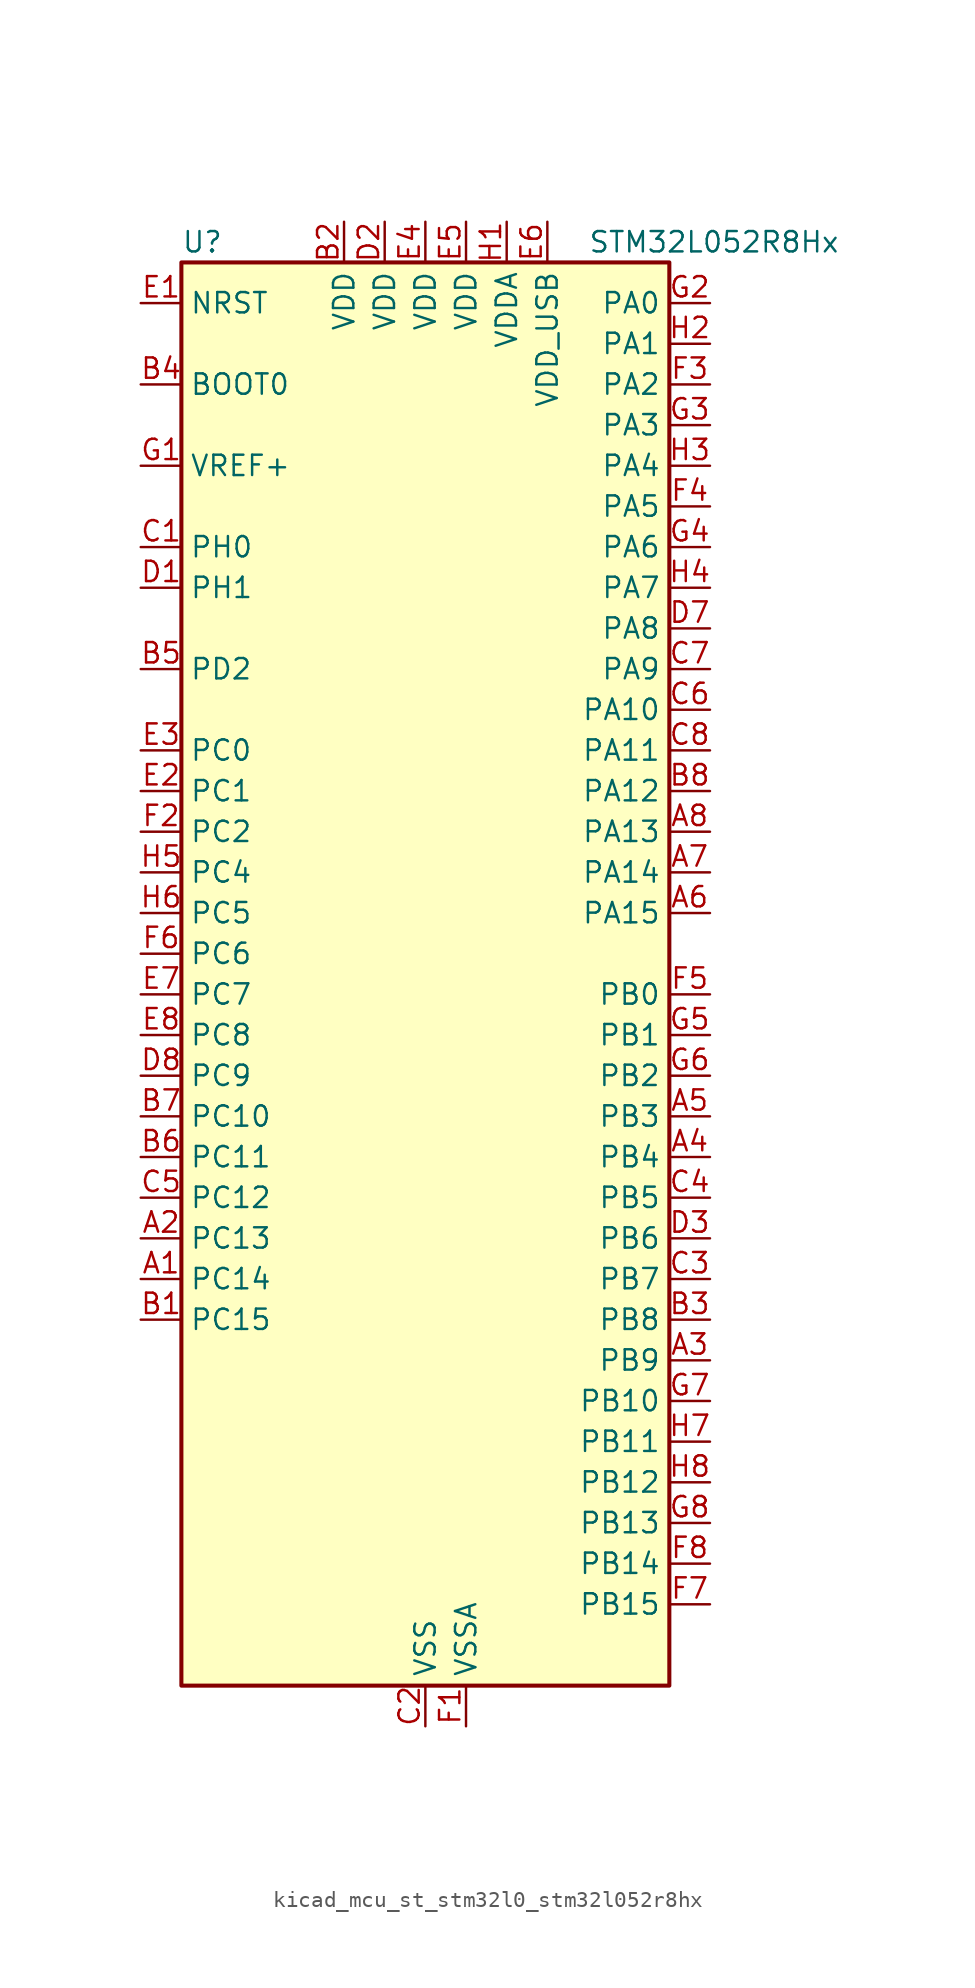
<source format=kicad_sym>
(kicad_symbol_lib
  (version 20220914)
  (generator kicad_symbol_editor)
  (symbol "kicad_mcu_st_stm32l0_stm32l052r8hx"
    (property "Reference" "U"
      (at -15.24 46.99 0)
      (effects (font (size 1.27 1.27)) (justify left)))
    (property "Value" "STM32L052R8Hx"
      (at 10.16 46.99 0)
      (effects (font (size 1.27 1.27)) (justify left)))
    (property "ki_locked" ""
      (at 0 0 0)
      (effects (font (size 1.27 1.27))))
    (symbol "kicad_mcu_st_stm32l0_stm32l052r8hx_0_1"
      (rectangle (start -15.24 -43.18) (end 15.24 45.72) (stroke (width 0.254) (type default)) (fill (type background))))
    (symbol "kicad_mcu_st_stm32l0_stm32l052r8hx_1_1"
      (pin bidirectional line (at -17.78 -17.78 0) (length 2.54) (name "PC14" (effects (font (size 1.27 1.27)))) (number "A1" (effects (font (size 1.27 1.27)))) (alternate "RCC_OSC32_IN" bidirectional line))
      (pin bidirectional line (at -17.78 -15.24 0) (length 2.54) (name "PC13" (effects (font (size 1.27 1.27)))) (number "A2" (effects (font (size 1.27 1.27)))) (alternate "RTC_OUT_ALARM" bidirectional line) (alternate "RTC_OUT_CALIB" bidirectional line) (alternate "RTC_TAMP1" bidirectional line) (alternate "RTC_TS" bidirectional line) (alternate "SYS_WKUP2" bidirectional line))
      (pin bidirectional line (at 17.78 -22.86 180) (length 2.54) (name "PB9" (effects (font (size 1.27 1.27)))) (number "A3" (effects (font (size 1.27 1.27)))) (alternate "DAC_EXTI9" bidirectional line) (alternate "I2C1_SDA" bidirectional line) (alternate "I2S2_WS" bidirectional line) (alternate "SPI2_NSS" bidirectional line))
      (pin bidirectional line (at 17.78 -10.16 180) (length 2.54) (name "PB4" (effects (font (size 1.27 1.27)))) (number "A4" (effects (font (size 1.27 1.27)))) (alternate "COMP2_INP" bidirectional line) (alternate "SPI1_MISO" bidirectional line) (alternate "TIM22_CH1" bidirectional line) (alternate "TSC_G5_IO2" bidirectional line))
      (pin bidirectional line (at 17.78 -7.62 180) (length 2.54) (name "PB3" (effects (font (size 1.27 1.27)))) (number "A5" (effects (font (size 1.27 1.27)))) (alternate "COMP2_INM" bidirectional line) (alternate "SPI1_SCK" bidirectional line) (alternate "TIM2_CH2" bidirectional line) (alternate "TSC_G5_IO1" bidirectional line))
      (pin bidirectional line (at 17.78 5.08 180) (length 2.54) (name "PA15" (effects (font (size 1.27 1.27)))) (number "A6" (effects (font (size 1.27 1.27)))) (alternate "SPI1_NSS" bidirectional line) (alternate "TIM2_CH1" bidirectional line) (alternate "TIM2_ETR" bidirectional line) (alternate "USART2_RX" bidirectional line))
      (pin bidirectional line (at 17.78 7.62 180) (length 2.54) (name "PA14" (effects (font (size 1.27 1.27)))) (number "A7" (effects (font (size 1.27 1.27)))) (alternate "SYS_SWCLK" bidirectional line) (alternate "USART2_TX" bidirectional line))
      (pin bidirectional line (at 17.78 10.16 180) (length 2.54) (name "PA13" (effects (font (size 1.27 1.27)))) (number "A8" (effects (font (size 1.27 1.27)))) (alternate "SYS_SWDIO" bidirectional line) (alternate "USB_NOE" bidirectional line))
      (pin bidirectional line (at -17.78 -20.32 0) (length 2.54) (name "PC15" (effects (font (size 1.27 1.27)))) (number "B1" (effects (font (size 1.27 1.27)))) (alternate "RCC_OSC32_OUT" bidirectional line))
      (pin power_in line (at -5.08 48.26 270) (length 2.54) (name "VDD" (effects (font (size 1.27 1.27)))) (number "B2" (effects (font (size 1.27 1.27)))))
      (pin bidirectional line (at 17.78 -20.32 180) (length 2.54) (name "PB8" (effects (font (size 1.27 1.27)))) (number "B3" (effects (font (size 1.27 1.27)))) (alternate "I2C1_SCL" bidirectional line) (alternate "TSC_SYNC" bidirectional line))
      (pin input line (at -17.78 38.1 0) (length 2.54) (name "BOOT0" (effects (font (size 1.27 1.27)))) (number "B4" (effects (font (size 1.27 1.27)))))
      (pin bidirectional line (at -17.78 20.32 0) (length 2.54) (name "PD2" (effects (font (size 1.27 1.27)))) (number "B5" (effects (font (size 1.27 1.27)))) (alternate "LPUART1_DE" bidirectional line) (alternate "LPUART1_RTS" bidirectional line))
      (pin bidirectional line (at -17.78 -10.16 0) (length 2.54) (name "PC11" (effects (font (size 1.27 1.27)))) (number "B6" (effects (font (size 1.27 1.27)))) (alternate "ADC_EXTI11" bidirectional line) (alternate "LPUART1_RX" bidirectional line))
      (pin bidirectional line (at -17.78 -7.62 0) (length 2.54) (name "PC10" (effects (font (size 1.27 1.27)))) (number "B7" (effects (font (size 1.27 1.27)))) (alternate "LPUART1_TX" bidirectional line))
      (pin bidirectional line (at 17.78 12.7 180) (length 2.54) (name "PA12" (effects (font (size 1.27 1.27)))) (number "B8" (effects (font (size 1.27 1.27)))) (alternate "COMP2_OUT" bidirectional line) (alternate "SPI1_MOSI" bidirectional line) (alternate "TSC_G4_IO4" bidirectional line) (alternate "USART1_DE" bidirectional line) (alternate "USART1_RTS" bidirectional line) (alternate "USB_DP" bidirectional line))
      (pin bidirectional line (at -17.78 27.94 0) (length 2.54) (name "PH0" (effects (font (size 1.27 1.27)))) (number "C1" (effects (font (size 1.27 1.27)))) (alternate "CRS_SYNC" bidirectional line) (alternate "RCC_OSC_IN" bidirectional line))
      (pin power_in line (at 0 -45.72 90) (length 2.54) (name "VSS" (effects (font (size 1.27 1.27)))) (number "C2" (effects (font (size 1.27 1.27)))))
      (pin bidirectional line (at 17.78 -17.78 180) (length 2.54) (name "PB7" (effects (font (size 1.27 1.27)))) (number "C3" (effects (font (size 1.27 1.27)))) (alternate "COMP2_INP" bidirectional line) (alternate "I2C1_SDA" bidirectional line) (alternate "LPTIM1_IN2" bidirectional line) (alternate "SYS_PVD_IN" bidirectional line) (alternate "TSC_G5_IO4" bidirectional line) (alternate "USART1_RX" bidirectional line))
      (pin bidirectional line (at 17.78 -12.7 180) (length 2.54) (name "PB5" (effects (font (size 1.27 1.27)))) (number "C4" (effects (font (size 1.27 1.27)))) (alternate "COMP2_INP" bidirectional line) (alternate "I2C1_SMBA" bidirectional line) (alternate "LPTIM1_IN1" bidirectional line) (alternate "SPI1_MOSI" bidirectional line) (alternate "TIM22_CH2" bidirectional line))
      (pin bidirectional line (at -17.78 -12.7 0) (length 2.54) (name "PC12" (effects (font (size 1.27 1.27)))) (number "C5" (effects (font (size 1.27 1.27)))))
      (pin bidirectional line (at 17.78 17.78 180) (length 2.54) (name "PA10" (effects (font (size 1.27 1.27)))) (number "C6" (effects (font (size 1.27 1.27)))) (alternate "TSC_G4_IO2" bidirectional line) (alternate "USART1_RX" bidirectional line))
      (pin bidirectional line (at 17.78 20.32 180) (length 2.54) (name "PA9" (effects (font (size 1.27 1.27)))) (number "C7" (effects (font (size 1.27 1.27)))) (alternate "DAC_EXTI9" bidirectional line) (alternate "RCC_MCO" bidirectional line) (alternate "TSC_G4_IO1" bidirectional line) (alternate "USART1_TX" bidirectional line))
      (pin bidirectional line (at 17.78 15.24 180) (length 2.54) (name "PA11" (effects (font (size 1.27 1.27)))) (number "C8" (effects (font (size 1.27 1.27)))) (alternate "ADC_EXTI11" bidirectional line) (alternate "COMP1_OUT" bidirectional line) (alternate "SPI1_MISO" bidirectional line) (alternate "TSC_G4_IO3" bidirectional line) (alternate "USART1_CTS" bidirectional line) (alternate "USB_DM" bidirectional line))
      (pin bidirectional line (at -17.78 25.4 0) (length 2.54) (name "PH1" (effects (font (size 1.27 1.27)))) (number "D1" (effects (font (size 1.27 1.27)))) (alternate "RCC_OSC_OUT" bidirectional line))
      (pin power_in line (at -2.54 48.26 270) (length 2.54) (name "VDD" (effects (font (size 1.27 1.27)))) (number "D2" (effects (font (size 1.27 1.27)))))
      (pin bidirectional line (at 17.78 -15.24 180) (length 2.54) (name "PB6" (effects (font (size 1.27 1.27)))) (number "D3" (effects (font (size 1.27 1.27)))) (alternate "COMP2_INP" bidirectional line) (alternate "I2C1_SCL" bidirectional line) (alternate "LPTIM1_ETR" bidirectional line) (alternate "TSC_G5_IO3" bidirectional line) (alternate "USART1_TX" bidirectional line))
      (pin passive line (at 0 -45.72 90) (length 2.54) hide (name "VSS" (effects (font (size 1.27 1.27)))) (number "D4" (effects (font (size 1.27 1.27)))))
      (pin passive line (at 0 -45.72 90) (length 2.54) hide (name "VSS" (effects (font (size 1.27 1.27)))) (number "D5" (effects (font (size 1.27 1.27)))))
      (pin passive line (at 0 -45.72 90) (length 2.54) hide (name "VSS" (effects (font (size 1.27 1.27)))) (number "D6" (effects (font (size 1.27 1.27)))))
      (pin bidirectional line (at 17.78 22.86 180) (length 2.54) (name "PA8" (effects (font (size 1.27 1.27)))) (number "D7" (effects (font (size 1.27 1.27)))) (alternate "CRS_SYNC" bidirectional line) (alternate "RCC_MCO" bidirectional line) (alternate "USART1_CK" bidirectional line))
      (pin bidirectional line (at -17.78 -5.08 0) (length 2.54) (name "PC9" (effects (font (size 1.27 1.27)))) (number "D8" (effects (font (size 1.27 1.27)))) (alternate "DAC_EXTI9" bidirectional line) (alternate "TIM21_ETR" bidirectional line) (alternate "TSC_G8_IO4" bidirectional line) (alternate "USB_NOE" bidirectional line))
      (pin input line (at -17.78 43.18 0) (length 2.54) (name "NRST" (effects (font (size 1.27 1.27)))) (number "E1" (effects (font (size 1.27 1.27)))))
      (pin bidirectional line (at -17.78 12.7 0) (length 2.54) (name "PC1" (effects (font (size 1.27 1.27)))) (number "E2" (effects (font (size 1.27 1.27)))) (alternate "ADC_IN11" bidirectional line) (alternate "LPTIM1_OUT" bidirectional line) (alternate "TSC_G7_IO2" bidirectional line))
      (pin bidirectional line (at -17.78 15.24 0) (length 2.54) (name "PC0" (effects (font (size 1.27 1.27)))) (number "E3" (effects (font (size 1.27 1.27)))) (alternate "ADC_IN10" bidirectional line) (alternate "LPTIM1_IN1" bidirectional line) (alternate "TSC_G7_IO1" bidirectional line))
      (pin power_in line (at 0 48.26 270) (length 2.54) (name "VDD" (effects (font (size 1.27 1.27)))) (number "E4" (effects (font (size 1.27 1.27)))))
      (pin power_in line (at 2.54 48.26 270) (length 2.54) (name "VDD" (effects (font (size 1.27 1.27)))) (number "E5" (effects (font (size 1.27 1.27)))))
      (pin power_in line (at 7.62 48.26 270) (length 2.54) (name "VDD_USB" (effects (font (size 1.27 1.27)))) (number "E6" (effects (font (size 1.27 1.27)))))
      (pin bidirectional line (at -17.78 0 0) (length 2.54) (name "PC7" (effects (font (size 1.27 1.27)))) (number "E7" (effects (font (size 1.27 1.27)))) (alternate "TIM22_CH2" bidirectional line) (alternate "TSC_G8_IO2" bidirectional line))
      (pin bidirectional line (at -17.78 -2.54 0) (length 2.54) (name "PC8" (effects (font (size 1.27 1.27)))) (number "E8" (effects (font (size 1.27 1.27)))) (alternate "TIM22_ETR" bidirectional line) (alternate "TSC_G8_IO3" bidirectional line))
      (pin power_in line (at 2.54 -45.72 90) (length 2.54) (name "VSSA" (effects (font (size 1.27 1.27)))) (number "F1" (effects (font (size 1.27 1.27)))))
      (pin bidirectional line (at -17.78 10.16 0) (length 2.54) (name "PC2" (effects (font (size 1.27 1.27)))) (number "F2" (effects (font (size 1.27 1.27)))) (alternate "ADC_IN12" bidirectional line) (alternate "I2S2_MCK" bidirectional line) (alternate "LPTIM1_IN2" bidirectional line) (alternate "SPI2_MISO" bidirectional line) (alternate "TSC_G7_IO3" bidirectional line))
      (pin bidirectional line (at 17.78 38.1 180) (length 2.54) (name "PA2" (effects (font (size 1.27 1.27)))) (number "F3" (effects (font (size 1.27 1.27)))) (alternate "ADC_IN2" bidirectional line) (alternate "COMP2_INM" bidirectional line) (alternate "COMP2_OUT" bidirectional line) (alternate "TIM21_CH1" bidirectional line) (alternate "TIM2_CH3" bidirectional line) (alternate "TSC_G1_IO3" bidirectional line) (alternate "USART2_TX" bidirectional line))
      (pin bidirectional line (at 17.78 30.48 180) (length 2.54) (name "PA5" (effects (font (size 1.27 1.27)))) (number "F4" (effects (font (size 1.27 1.27)))) (alternate "ADC_IN5" bidirectional line) (alternate "COMP1_INM" bidirectional line) (alternate "COMP2_INM" bidirectional line) (alternate "SPI1_SCK" bidirectional line) (alternate "TIM2_CH1" bidirectional line) (alternate "TIM2_ETR" bidirectional line) (alternate "TSC_G2_IO2" bidirectional line))
      (pin bidirectional line (at 17.78 0 180) (length 2.54) (name "PB0" (effects (font (size 1.27 1.27)))) (number "F5" (effects (font (size 1.27 1.27)))) (alternate "ADC_IN8" bidirectional line) (alternate "SYS_VREF_OUT_PB0" bidirectional line) (alternate "TSC_G3_IO2" bidirectional line))
      (pin bidirectional line (at -17.78 2.54 0) (length 2.54) (name "PC6" (effects (font (size 1.27 1.27)))) (number "F6" (effects (font (size 1.27 1.27)))) (alternate "TIM22_CH1" bidirectional line) (alternate "TSC_G8_IO1" bidirectional line))
      (pin bidirectional line (at 17.78 -38.1 180) (length 2.54) (name "PB15" (effects (font (size 1.27 1.27)))) (number "F7" (effects (font (size 1.27 1.27)))) (alternate "I2S2_SD" bidirectional line) (alternate "RTC_REFIN" bidirectional line) (alternate "SPI2_MOSI" bidirectional line))
      (pin bidirectional line (at 17.78 -35.56 180) (length 2.54) (name "PB14" (effects (font (size 1.27 1.27)))) (number "F8" (effects (font (size 1.27 1.27)))) (alternate "I2C2_SDA" bidirectional line) (alternate "I2S2_MCK" bidirectional line) (alternate "LPUART1_DE" bidirectional line) (alternate "LPUART1_RTS" bidirectional line) (alternate "RTC_OUT_ALARM" bidirectional line) (alternate "RTC_OUT_CALIB" bidirectional line) (alternate "SPI2_MISO" bidirectional line) (alternate "TIM21_CH2" bidirectional line) (alternate "TSC_G6_IO4" bidirectional line))
      (pin input line (at -17.78 33.02 0) (length 2.54) (name "VREF+" (effects (font (size 1.27 1.27)))) (number "G1" (effects (font (size 1.27 1.27)))))
      (pin bidirectional line (at 17.78 43.18 180) (length 2.54) (name "PA0" (effects (font (size 1.27 1.27)))) (number "G2" (effects (font (size 1.27 1.27)))) (alternate "ADC_IN0" bidirectional line) (alternate "COMP1_INM" bidirectional line) (alternate "COMP1_OUT" bidirectional line) (alternate "RTC_TAMP2" bidirectional line) (alternate "SYS_WKUP1" bidirectional line) (alternate "TIM2_CH1" bidirectional line) (alternate "TIM2_ETR" bidirectional line) (alternate "TSC_G1_IO1" bidirectional line) (alternate "USART2_CTS" bidirectional line))
      (pin bidirectional line (at 17.78 35.56 180) (length 2.54) (name "PA3" (effects (font (size 1.27 1.27)))) (number "G3" (effects (font (size 1.27 1.27)))) (alternate "ADC_IN3" bidirectional line) (alternate "COMP2_INP" bidirectional line) (alternate "TIM21_CH2" bidirectional line) (alternate "TIM2_CH4" bidirectional line) (alternate "TSC_G1_IO4" bidirectional line) (alternate "USART2_RX" bidirectional line))
      (pin bidirectional line (at 17.78 27.94 180) (length 2.54) (name "PA6" (effects (font (size 1.27 1.27)))) (number "G4" (effects (font (size 1.27 1.27)))) (alternate "ADC_IN6" bidirectional line) (alternate "COMP1_OUT" bidirectional line) (alternate "LPUART1_CTS" bidirectional line) (alternate "SPI1_MISO" bidirectional line) (alternate "TIM22_CH1" bidirectional line) (alternate "TSC_G2_IO3" bidirectional line))
      (pin bidirectional line (at 17.78 -2.54 180) (length 2.54) (name "PB1" (effects (font (size 1.27 1.27)))) (number "G5" (effects (font (size 1.27 1.27)))) (alternate "ADC_IN9" bidirectional line) (alternate "LPUART1_DE" bidirectional line) (alternate "LPUART1_RTS" bidirectional line) (alternate "SYS_VREF_OUT_PB1" bidirectional line) (alternate "TSC_G3_IO3" bidirectional line))
      (pin bidirectional line (at 17.78 -5.08 180) (length 2.54) (name "PB2" (effects (font (size 1.27 1.27)))) (number "G6" (effects (font (size 1.27 1.27)))) (alternate "LPTIM1_OUT" bidirectional line) (alternate "TSC_G3_IO4" bidirectional line))
      (pin bidirectional line (at 17.78 -25.4 180) (length 2.54) (name "PB10" (effects (font (size 1.27 1.27)))) (number "G7" (effects (font (size 1.27 1.27)))) (alternate "I2C2_SCL" bidirectional line) (alternate "LPUART1_TX" bidirectional line) (alternate "SPI2_SCK" bidirectional line) (alternate "TIM2_CH3" bidirectional line) (alternate "TSC_SYNC" bidirectional line))
      (pin bidirectional line (at 17.78 -33.02 180) (length 2.54) (name "PB13" (effects (font (size 1.27 1.27)))) (number "G8" (effects (font (size 1.27 1.27)))) (alternate "I2C2_SCL" bidirectional line) (alternate "I2S2_CK" bidirectional line) (alternate "LPUART1_CTS" bidirectional line) (alternate "SPI2_SCK" bidirectional line) (alternate "TIM21_CH1" bidirectional line) (alternate "TSC_G6_IO3" bidirectional line))
      (pin power_in line (at 5.08 48.26 270) (length 2.54) (name "VDDA" (effects (font (size 1.27 1.27)))) (number "H1" (effects (font (size 1.27 1.27)))))
      (pin bidirectional line (at 17.78 40.64 180) (length 2.54) (name "PA1" (effects (font (size 1.27 1.27)))) (number "H2" (effects (font (size 1.27 1.27)))) (alternate "ADC_IN1" bidirectional line) (alternate "COMP1_INP" bidirectional line) (alternate "TIM21_ETR" bidirectional line) (alternate "TIM2_CH2" bidirectional line) (alternate "TSC_G1_IO2" bidirectional line) (alternate "USART2_DE" bidirectional line) (alternate "USART2_RTS" bidirectional line))
      (pin bidirectional line (at 17.78 33.02 180) (length 2.54) (name "PA4" (effects (font (size 1.27 1.27)))) (number "H3" (effects (font (size 1.27 1.27)))) (alternate "ADC_IN4" bidirectional line) (alternate "COMP1_INM" bidirectional line) (alternate "COMP2_INM" bidirectional line) (alternate "DAC_OUT1" bidirectional line) (alternate "SPI1_NSS" bidirectional line) (alternate "TIM22_ETR" bidirectional line) (alternate "TSC_G2_IO1" bidirectional line) (alternate "USART2_CK" bidirectional line))
      (pin bidirectional line (at 17.78 25.4 180) (length 2.54) (name "PA7" (effects (font (size 1.27 1.27)))) (number "H4" (effects (font (size 1.27 1.27)))) (alternate "ADC_IN7" bidirectional line) (alternate "COMP2_OUT" bidirectional line) (alternate "SPI1_MOSI" bidirectional line) (alternate "TIM22_CH2" bidirectional line) (alternate "TSC_G2_IO4" bidirectional line))
      (pin bidirectional line (at -17.78 7.62 0) (length 2.54) (name "PC4" (effects (font (size 1.27 1.27)))) (number "H5" (effects (font (size 1.27 1.27)))) (alternate "ADC_IN14" bidirectional line) (alternate "LPUART1_TX" bidirectional line))
      (pin bidirectional line (at -17.78 5.08 0) (length 2.54) (name "PC5" (effects (font (size 1.27 1.27)))) (number "H6" (effects (font (size 1.27 1.27)))) (alternate "ADC_IN15" bidirectional line) (alternate "LPUART1_RX" bidirectional line) (alternate "TSC_G3_IO1" bidirectional line))
      (pin bidirectional line (at 17.78 -27.94 180) (length 2.54) (name "PB11" (effects (font (size 1.27 1.27)))) (number "H7" (effects (font (size 1.27 1.27)))) (alternate "ADC_EXTI11" bidirectional line) (alternate "I2C2_SDA" bidirectional line) (alternate "LPUART1_RX" bidirectional line) (alternate "TIM2_CH4" bidirectional line) (alternate "TSC_G6_IO1" bidirectional line))
      (pin bidirectional line (at 17.78 -30.48 180) (length 2.54) (name "PB12" (effects (font (size 1.27 1.27)))) (number "H8" (effects (font (size 1.27 1.27)))) (alternate "I2S2_WS" bidirectional line) (alternate "LPUART1_DE" bidirectional line) (alternate "LPUART1_RTS" bidirectional line) (alternate "SPI2_NSS" bidirectional line) (alternate "TSC_G6_IO2" bidirectional line)))))
</source>
